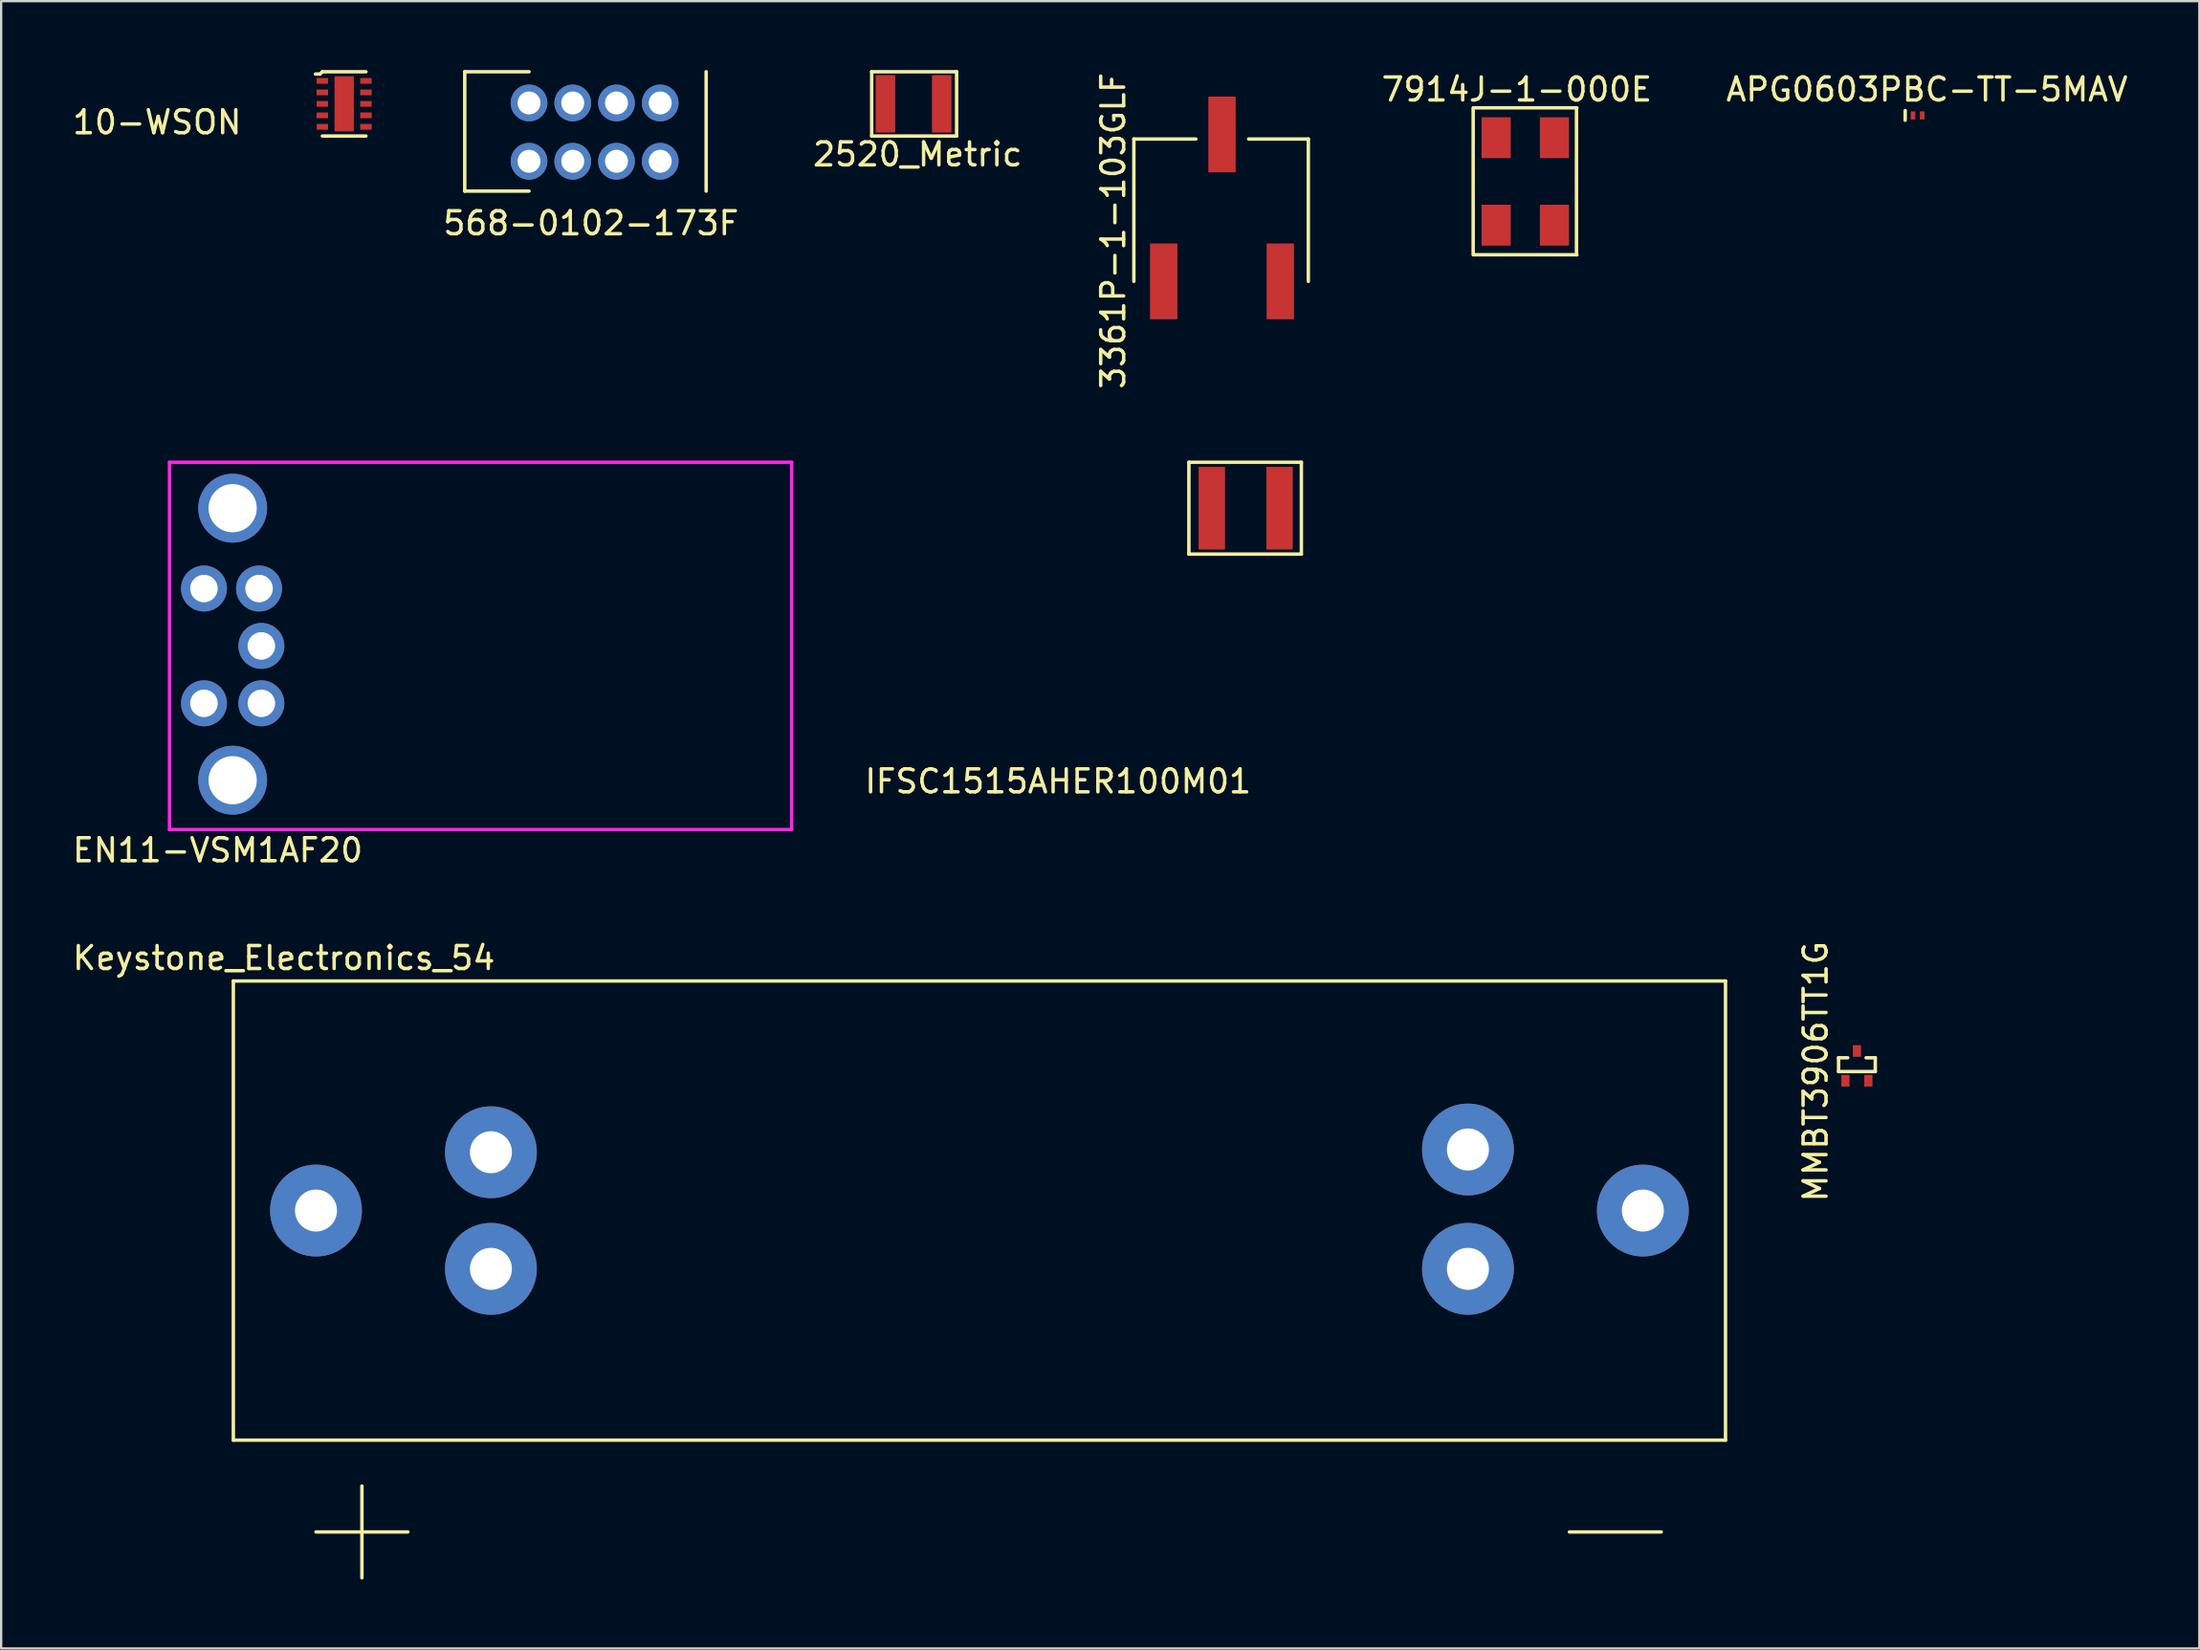
<source format=kicad_pcb>
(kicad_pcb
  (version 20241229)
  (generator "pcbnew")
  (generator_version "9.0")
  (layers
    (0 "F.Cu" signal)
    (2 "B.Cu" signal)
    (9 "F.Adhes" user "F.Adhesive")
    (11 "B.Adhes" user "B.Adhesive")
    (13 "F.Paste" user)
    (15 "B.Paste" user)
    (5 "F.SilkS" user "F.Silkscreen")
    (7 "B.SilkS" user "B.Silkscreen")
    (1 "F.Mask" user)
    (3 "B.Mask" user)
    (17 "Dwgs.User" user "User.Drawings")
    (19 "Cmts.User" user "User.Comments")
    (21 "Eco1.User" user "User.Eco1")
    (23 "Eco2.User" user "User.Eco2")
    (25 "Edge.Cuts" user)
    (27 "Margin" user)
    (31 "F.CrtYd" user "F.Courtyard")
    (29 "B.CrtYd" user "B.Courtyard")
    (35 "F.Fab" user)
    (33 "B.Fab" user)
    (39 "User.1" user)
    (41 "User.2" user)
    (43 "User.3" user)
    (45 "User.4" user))
  (footprint "10-WSON"
    (layer "F.Cu")
    (at 10.992 0.475)
    (property "Reference" "10-WSON" (at -7.2 1.8 0) (layer "F.SilkS") (effects (font (size 1 1) (thickness 0.15))))
    (attr through_hole)
    (fp_line (start -0.1 -0.3) (end -0.3 -0.3) (stroke (width 0.15) (type solid)) (layer "F.SilkS"))
    (fp_line (start 0 -0.4) (end -0.1 -0.3) (stroke (width 0.15) (type solid)) (layer "F.SilkS"))
    (fp_line (start 0 -0.4) (end 1.9 -0.4) (stroke (width 0.15) (type solid)) (layer "F.SilkS"))
    (fp_line (start 0 2.4) (end 1.9 2.4) (stroke (width 0.15) (type solid)) (layer "F.SilkS"))
    (pad "1" smd rect (at 0 0) (size 0.5 0.25) (layers "F.Cu" "F.Mask" "F.Paste"))
    (pad "2" smd rect (at 0 0.5) (size 0.5 0.25) (layers "F.Cu" "F.Mask" "F.Paste"))
    (pad "3" smd rect (at 0 1) (size 0.5 0.25) (layers "F.Cu" "F.Mask" "F.Paste"))
    (pad "4" smd rect (at 0 1.5) (size 0.5 0.25) (layers "F.Cu" "F.Mask" "F.Paste"))
    (pad "5" smd rect (at 0 2) (size 0.5 0.25) (layers "F.Cu" "F.Mask" "F.Paste"))
    (pad "6" smd rect (at 1.9 2) (size 0.5 0.25) (layers "F.Cu" "F.Mask" "F.Paste"))
    (pad "7" smd rect (at 1.9 1.5) (size 0.5 0.25) (layers "F.Cu" "F.Mask" "F.Paste"))
    (pad "8" smd rect (at 1.9 1) (size 0.5 0.25) (layers "F.Cu" "F.Mask" "F.Paste"))
    (pad "9" smd rect (at 1.9 0.5) (size 0.5 0.25) (layers "F.Cu" "F.Mask" "F.Paste"))
    (pad "10" smd rect (at 1.9 0) (size 0.5 0.25) (layers "F.Cu" "F.Mask" "F.Paste"))
    (pad "PAD" smd rect (at 0.95 1) (size 0.84 2.4) (layers "F.Cu" "F.Mask" "F.Paste")))
  (footprint "EN11-VSM1AF20"
    (layer "F.Cu")
    (at 8.335 25.087)
    (property "Reference" "EN11-VSM1AF20" (at -1.9 8.9 0) (layer "F.SilkS") (effects (font (size 1 1) (thickness 0.15))))
    (attr through_hole)
    (fp_line (start -4 -8) (end -4 8) (stroke (width 0.15) (type solid)) (layer "F.CrtYd"))
    (fp_line (start 23.1 -8) (end -4 -8) (stroke (width 0.15) (type solid)) (layer "F.CrtYd"))
    (fp_line (start 23.1 -8) (end 23.1 8) (stroke (width 0.15) (type solid)) (layer "F.CrtYd"))
    (fp_line (start 23.1 8) (end -4 8) (stroke (width 0.15) (type solid)) (layer "F.CrtYd"))
    (pad "1" thru_hole circle (at 0 2.5) (size 2 2) (drill 1.2) (layers "*.Cu" "*.Mask"))
    (pad "2" thru_hole circle (at 0 0) (size 2 2) (drill 1.2) (layers "*.Cu" "*.Mask"))
    (pad "3" thru_hole circle (at -0.1 -2.5) (size 2 2) (drill 1.2) (layers "*.Cu" "*.Mask"))
    (pad "4" thru_hole circle (at -2.5 2.5) (size 2 2) (drill 1.2) (layers "*.Cu" "*.Mask"))
    (pad "5" thru_hole circle (at -2.5 -2.5) (size 2 2) (drill 1.2) (layers "*.Cu" "*.Mask"))
    (pad "NC" thru_hole circle (at -1.25 -6) (size 3 3) (drill 2.1) (layers "*.Cu" "*.Mask"))
    (pad "NC" thru_hole circle (at -1.25 5.85) (size 3 3) (drill 2.1) (layers "*.Cu" "*.Mask")))
  (footprint "MMBT3906TT1G"
    (layer "F.Cu")
    (at 77.339 44.027)
    (property "Reference" "MMBT3906TT1G" (at -1.3 -0.4 90) (layer "F.SilkS") (effects (font (size 1 1) (thickness 0.15))))
    (attr through_hole)
    (fp_line (start -0.3 -1) (end 0.1 -1) (stroke (width 0.15) (type solid)) (layer "F.SilkS"))
    (fp_line (start -0.3 -0.4) (end -0.3 -1) (stroke (width 0.15) (type solid)) (layer "F.SilkS"))
    (fp_line (start 0.9 -1) (end 1.3 -1) (stroke (width 0.15) (type solid)) (layer "F.SilkS"))
    (fp_line (start 1.3 -1) (end 1.3 -0.4) (stroke (width 0.15) (type solid)) (layer "F.SilkS"))
    (fp_line (start 1.3 -0.4) (end -0.3 -0.4) (stroke (width 0.15) (type solid)) (layer "F.SilkS"))
    (pad "1" smd rect (at 0 0) (size 0.356 0.508) (layers "F.Cu" "F.Mask" "F.Paste"))
    (pad "2" smd rect (at 1 0) (size 0.356 0.508) (layers "F.Cu" "F.Mask" "F.Paste"))
    (pad "3" smd rect (at 0.5 -1.295) (size 0.356 0.508) (layers "F.Cu" "F.Mask" "F.Paste")))
  (footprint "568-0102-173F"
    (layer "F.Cu")
    (at 19.995 3.975)
    (property "Reference" "568-0102-173F" (at 2.7 2.7 180) (layer "F.SilkS") (effects (font (size 1 1) (thickness 0.15))))
    (attr through_hole)
    (fp_line (start -2.8 1.3) (end -2.8 -3.9) (stroke (width 0.15) (type solid)) (layer "F.SilkS"))
    (fp_line (start 0 -3.9) (end -2.8 -3.9) (stroke (width 0.15) (type solid)) (layer "F.SilkS"))
    (fp_line (start 0 1.3) (end -2.8 1.3) (stroke (width 0.15) (type solid)) (layer "F.SilkS"))
    (fp_line (start 7.715 -3.9) (end 7.715 1.3) (stroke (width 0.15) (type solid)) (layer "F.SilkS"))
    (pad "1" thru_hole circle (at 0 0) (size 1.6 1.6) (drill 1) (layers "*.Cu" "*.Mask"))
    (pad "2" thru_hole circle (at 0 -2.54) (size 1.6 1.6) (drill 1) (layers "*.Cu" "*.Mask"))
    (pad "3" thru_hole circle (at 1.905 0) (size 1.6 1.6) (drill 1) (layers "*.Cu" "*.Mask"))
    (pad "4" thru_hole circle (at 1.905 -2.54) (size 1.6 1.6) (drill 1) (layers "*.Cu" "*.Mask"))
    (pad "5" thru_hole circle (at 3.81 0) (size 1.6 1.6) (drill 1) (layers "*.Cu" "*.Mask"))
    (pad "6" thru_hole circle (at 3.81 -2.54) (size 1.6 1.6) (drill 1) (layers "*.Cu" "*.Mask"))
    (pad "7" thru_hole circle (at 5.715 0) (size 1.6 1.6) (drill 1) (layers "*.Cu" "*.Mask"))
    (pad "8" thru_hole circle (at 5.715 -2.54) (size 1.6 1.6) (drill 1) (layers "*.Cu" "*.Mask")))
  (footprint "3361P-1-103GLF"
    (layer "F.Cu")
    (at 47.642 9.206)
    (property "Reference" "3361P-1-103GLF" (at -2.2 -2.2 90) (layer "F.SilkS") (effects (font (size 1 1) (thickness 0.15))))
    (attr through_hole)
    (fp_line (start -1.3 -6.2) (end -1.3 0) (stroke (width 0.15) (type solid)) (layer "F.SilkS"))
    (fp_line (start 1.4 -6.2) (end -1.3 -6.2) (stroke (width 0.15) (type solid)) (layer "F.SilkS"))
    (fp_line (start 6.3 -6.2) (end 3.7 -6.2) (stroke (width 0.15) (type solid)) (layer "F.SilkS"))
    (fp_line (start 6.3 0) (end 6.3 -6.2) (stroke (width 0.15) (type solid)) (layer "F.SilkS"))
    (pad "1" smd rect (at 0 0) (size 1.19 3.3) (layers "F.Cu" "F.Mask" "F.Paste"))
    (pad "2" smd rect (at 2.54 -6.4) (size 1.19 3.3) (layers "F.Cu" "F.Mask" "F.Paste"))
    (pad "3" smd rect (at 5.08 0) (size 1.19 3.3) (layers "F.Cu" "F.Mask" "F.Paste")))
  (footprint "7914J-1-000E"
    (layer "F.Cu")
    (at 62.123 2.948)
    (property "Reference" "7914J-1-000E" (at 0.9 -2.1 0) (layer "F.SilkS") (effects (font (size 1 1) (thickness 0.15))))
    (attr through_hole)
    (fp_line (start -1 -1.3) (end -1 5.1) (stroke (width 0.15) (type solid)) (layer "F.SilkS"))
    (fp_line (start -0.98 -1.3) (end 3.52 -1.3) (stroke (width 0.15) (type solid)) (layer "F.SilkS"))
    (fp_line (start -0.98 5.1) (end 3.52 5.1) (stroke (width 0.15) (type solid)) (layer "F.SilkS"))
    (fp_line (start 3.5 -1.3) (end 3.5 5.1) (stroke (width 0.15) (type solid)) (layer "F.SilkS"))
    (pad "1" smd rect (at 0 0) (size 1.27 1.78) (layers "F.Cu" "F.Mask" "F.Paste"))
    (pad "1" smd rect (at 0 3.81) (size 1.27 1.78) (layers "F.Cu" "F.Mask" "F.Paste"))
    (pad "2" smd rect (at 2.54 0) (size 1.27 1.78) (layers "F.Cu" "F.Mask" "F.Paste"))
    (pad "2" smd rect (at 2.54 3.81) (size 1.27 1.78) (layers "F.Cu" "F.Mask" "F.Paste")))
  (footprint "APG0603PBC-TT-5MAV"
    (layer "F.Cu")
    (at 80.282 1.978)
    (property "Reference" "APG0603PBC-TT-5MAV" (at 0.61 -1.13 0) (layer "F.SilkS") (effects (font (size 1 1) (thickness 0.15))))
    (attr through_hole)
    (fp_line (start -0.34 -0.21) (end -0.34 0.21) (stroke (width 0.15) (type solid)) (layer "F.SilkS"))
    (pad "1" smd rect (at 0 0) (size 0.2 0.35) (layers "F.Cu" "F.Mask" "F.Paste"))
    (pad "2" smd rect (at 0.4 0) (size 0.2 0.35) (layers "F.Cu" "F.Mask" "F.Paste")))
  (footprint "Keystone_Electronics_54"
    (layer "F.Cu")
    (at 10.715 49.683)
    (property "Reference" "Keystone_Electronics_54" (at -1.4 -11 0) (layer "F.SilkS") (effects (font (size 1 1) (thickness 0.15))))
    (attr through_hole)
    (fp_line (start -3.6 -10) (end -3.6 10) (stroke (width 0.15) (type solid)) (layer "F.SilkS"))
    (fp_line (start 0 14) (end 4 14) (stroke (width 0.15) (type solid)) (layer "F.SilkS"))
    (fp_line (start 2 12) (end 2 16) (stroke (width 0.15) (type solid)) (layer "F.SilkS"))
    (fp_line (start 54.6 14) (end 58.6 14) (stroke (width 0.15) (type solid)) (layer "F.SilkS"))
    (fp_line (start 61.4 -10) (end -3.6 -10) (stroke (width 0.15) (type solid)) (layer "F.SilkS"))
    (fp_line (start 61.4 10) (end -3.6 10) (stroke (width 0.15) (type solid)) (layer "F.SilkS"))
    (fp_line (start 61.4 10) (end 61.4 -10) (stroke (width 0.15) (type solid)) (layer "F.SilkS"))
    (pad "1" thru_hole circle (at 0 0) (size 4 4) (drill 1.83) (layers "*.Cu" "*.Mask"))
    (pad "1" thru_hole circle (at 7.62 -2.54) (size 4 4) (drill 1.83) (layers "*.Cu" "*.Mask"))
    (pad "1" thru_hole circle (at 7.62 2.54) (size 4 4) (drill 1.83) (layers "*.Cu" "*.Mask"))
    (pad "2" thru_hole circle (at 50.18 -2.66) (size 4 4) (drill 1.83) (layers "*.Cu" "*.Mask"))
    (pad "2" thru_hole circle (at 50.18 2.54) (size 4 4) (drill 1.83) (layers "*.Cu" "*.Mask"))
    (pad "2" thru_hole circle (at 57.8 0) (size 4 4) (drill 1.83) (layers "*.Cu" "*.Mask")))
  (footprint "IFSC1515AHER100M01"
    (layer "F.Cu")
    (at 49.739 19.087)
    (property "Reference" "IFSC1515AHER100M01" (at -6.7 11.9 0) (layer "F.SilkS") (effects (font (size 1 1) (thickness 0.15))))
    (attr through_hole)
    (fp_line (start -1 -2) (end -1 2) (stroke (width 0.15) (type solid)) (layer "F.SilkS"))
    (fp_line (start 3.9 -2) (end -1 -2) (stroke (width 0.15) (type solid)) (layer "F.SilkS"))
    (fp_line (start 3.9 -2) (end 3.9 2) (stroke (width 0.15) (type solid)) (layer "F.SilkS"))
    (fp_line (start 3.9 2) (end -1 2) (stroke (width 0.15) (type solid)) (layer "F.SilkS"))
    (pad "1" smd rect (at 0 0) (size 1.15 3.6) (layers "F.Cu" "F.Mask" "F.Paste"))
    (pad "2" smd rect (at 2.95 0) (size 1.15 3.6) (layers "F.Cu" "F.Mask" "F.Paste")))
  (footprint "2520_Metric"
    (layer "F.Cu")
    (at 35.521 1.475)
    (property "Reference" "2520_Metric" (at 1.4 2.2 0) (layer "F.SilkS") (effects (font (size 1 1) (thickness 0.15))))
    (attr through_hole)
    (fp_line (start -0.6 -1.4) (end -0.6 1.4) (stroke (width 0.15) (type solid)) (layer "F.SilkS"))
    (fp_line (start -0.6 1.4) (end 3.1 1.4) (stroke (width 0.15) (type solid)) (layer "F.SilkS"))
    (fp_line (start 3.1 -1.4) (end -0.6 -1.4) (stroke (width 0.15) (type solid)) (layer "F.SilkS"))
    (fp_line (start 3.1 1.4) (end 3.1 -1.4) (stroke (width 0.15) (type solid)) (layer "F.SilkS"))
    (pad "1" smd rect (at 0 0) (size 0.85 2.5) (layers "F.Cu" "F.Mask" "F.Paste"))
    (pad "2" smd rect (at 2.45 0) (size 0.85 2.5) (layers "F.Cu" "F.Mask" "F.Paste")))
  (gr_rect
    (start -3 -3)
    (end 92.755 68.758)
    (stroke (width 0.1) (type default))
    (fill no)
    (layer "Edge.Cuts")))
</source>
